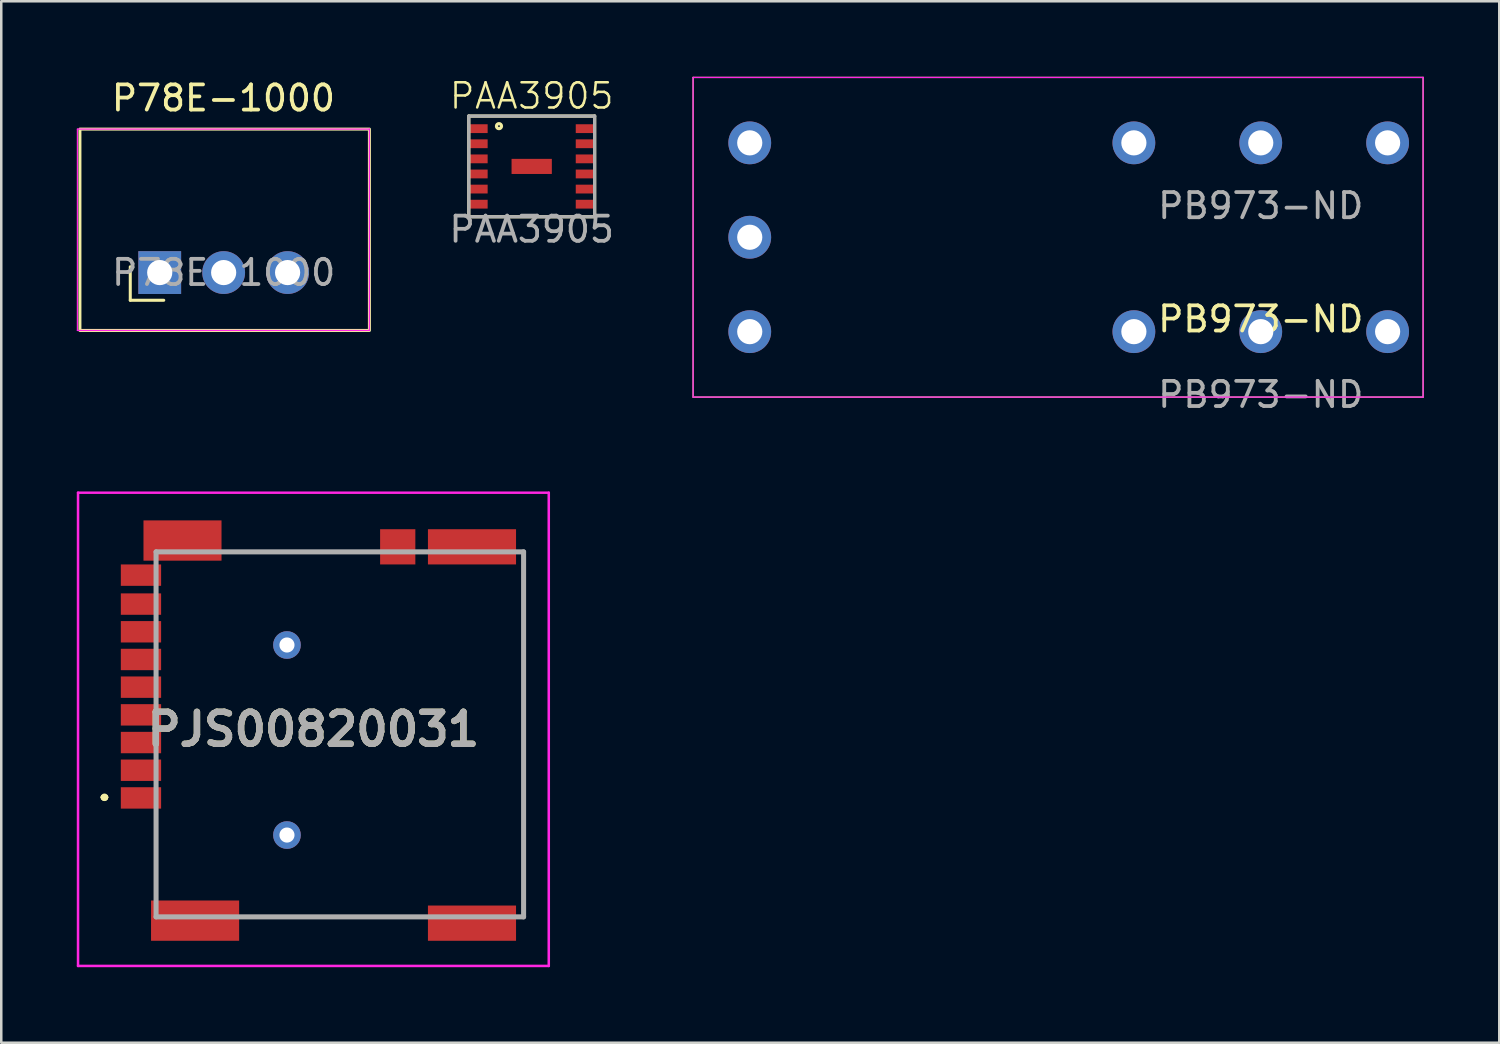
<source format=kicad_pcb>
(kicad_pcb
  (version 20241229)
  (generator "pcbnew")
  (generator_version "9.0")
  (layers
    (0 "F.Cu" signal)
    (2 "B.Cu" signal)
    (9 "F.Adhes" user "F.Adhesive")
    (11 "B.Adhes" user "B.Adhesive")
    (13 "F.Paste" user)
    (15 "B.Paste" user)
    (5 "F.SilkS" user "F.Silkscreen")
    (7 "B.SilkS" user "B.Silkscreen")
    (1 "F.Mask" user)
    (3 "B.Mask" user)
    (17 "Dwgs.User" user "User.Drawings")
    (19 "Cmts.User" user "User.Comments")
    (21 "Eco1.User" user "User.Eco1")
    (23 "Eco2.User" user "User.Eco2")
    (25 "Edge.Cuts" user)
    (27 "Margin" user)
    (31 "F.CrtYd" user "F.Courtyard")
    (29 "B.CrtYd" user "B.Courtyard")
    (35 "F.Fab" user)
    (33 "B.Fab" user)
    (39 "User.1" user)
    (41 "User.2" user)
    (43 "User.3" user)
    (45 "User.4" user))
  (footprint "PAA3905"
    (layer "F.Cu")
    (at 18.072 3.561)
    (property "Reference" "PAA3905" (at 0 -2.8 0) (unlocked yes) (layer "F.SilkS") (effects (font (size 1 1) (thickness 0.1))))
    (attr smd)
    (fp_line (start -2.5 -2) (end 2.5 -2) (stroke (width 0.127) (type solid)) (layer "F.SilkS"))
    (fp_line (start -2.5 2) (end -2.5 -2) (stroke (width 0.127) (type solid)) (layer "F.SilkS"))
    (fp_line (start 2.5 -2) (end 2.5 2) (stroke (width 0.127) (type solid)) (layer "F.SilkS"))
    (fp_line (start 2.5 2) (end -2.5 2) (stroke (width 0.127) (type solid)) (layer "F.SilkS"))
    (fp_circle (center -1.3 -1.6) (end -1.2 -1.6) (stroke (width 0.127) (type solid)) (fill no) (layer "F.SilkS"))
    (fp_line (start -2.5 -2) (end 2.5 -2) (stroke (width 0.127) (type solid)) (layer "F.Fab"))
    (fp_line (start -2.5 2) (end -2.5 -2) (stroke (width 0.127) (type solid)) (layer "F.Fab"))
    (fp_line (start 2.5 -2) (end 2.5 2) (stroke (width 0.127) (type solid)) (layer "F.Fab"))
    (fp_line (start 2.5 2) (end -2.5 2) (stroke (width 0.127) (type solid)) (layer "F.Fab"))
    (fp_text user "${REFERENCE}" (at 0 2.5 0) (unlocked yes) (layer "F.Fab") (effects (font (size 1 1) (thickness 0.15))))
    (pad "1" smd rect (at -2.125 -1.5) (size 0.75 0.35) (layers "F.Cu" "F.Mask" "F.Paste"))
    (pad "2" smd rect (at -2.125 -0.9) (size 0.75 0.35) (layers "F.Cu" "F.Mask" "F.Paste"))
    (pad "3" smd rect (at -2.125 -0.3) (size 0.75 0.35) (layers "F.Cu" "F.Mask" "F.Paste"))
    (pad "4" smd rect (at -2.125 0.3) (size 0.75 0.35) (layers "F.Cu" "F.Mask" "F.Paste"))
    (pad "5" smd rect (at -2.125 0.9) (size 0.75 0.35) (layers "F.Cu" "F.Mask" "F.Paste"))
    (pad "6" smd rect (at -2.125 1.5) (size 0.75 0.35) (layers "F.Cu" "F.Mask" "F.Paste"))
    (pad "7" smd rect (at 2.125 1.5) (size 0.75 0.35) (layers "F.Cu" "F.Mask" "F.Paste"))
    (pad "8" smd rect (at 2.125 0.9) (size 0.75 0.35) (layers "F.Cu" "F.Mask" "F.Paste"))
    (pad "9" smd rect (at 2.125 0.3) (size 0.75 0.35) (layers "F.Cu" "F.Mask" "F.Paste"))
    (pad "10" smd rect (at 2.125 -0.3) (size 0.75 0.35) (layers "F.Cu" "F.Mask" "F.Paste"))
    (pad "11" smd rect (at 2.125 -0.9) (size 0.75 0.35) (layers "F.Cu" "F.Mask" "F.Paste"))
    (pad "12" smd rect (at 2.125 -1.5) (size 0.75 0.35) (layers "F.Cu" "F.Mask" "F.Paste"))
    (pad "13" smd rect (at 0 0) (size 1.6 0.6) (layers "F.Cu" "F.Mask" "F.Paste")))
  (footprint "PJS00820031"
    (layer "F.Cu")
    (at 8.35 30.123)
    (property "Reference" "PJS00820031" (at 1.05 -4.2 0) (layer "F.SilkS") (effects (font (size 1.27 1.27) (thickness 0.254))))
    (attr through_hole)
    (fp_line (start -7.3 -1.5) (end -7.3 -1.5) (stroke (width 0.2) (type solid)) (layer "F.SilkS"))
    (fp_line (start -7.3 -1.5) (end -7.3 -1.5) (stroke (width 0.2) (type solid)) (layer "F.SilkS"))
    (fp_line (start -7.2 -1.5) (end -7.2 -1.5) (stroke (width 0.2) (type solid)) (layer "F.SilkS"))
    (fp_line (start -5.2 -0.5) (end -5.2 2) (stroke (width 0.1) (type solid)) (layer "F.SilkS"))
    (fp_line (start -1.25 3.25) (end 5 3.25) (stroke (width 0.1) (type solid)) (layer "F.SilkS"))
    (fp_line (start 3 -11.25) (end -2 -11.25) (stroke (width 0.1) (type solid)) (layer "F.SilkS"))
    (fp_line (start 9.4 3.25) (end 9.4 -11.25) (stroke (width 0.1) (type solid)) (layer "F.SilkS"))
    (fp_arc (start -7.3 -1.5) (mid -7.25 -1.55) (end -7.2 -1.5) (stroke (width 0.2) (type solid)) (layer "F.SilkS"))
    (fp_arc (start -7.2 -1.5) (mid -7.25 -1.45) (end -7.3 -1.5) (stroke (width 0.2) (type solid)) (layer "F.SilkS"))
    (fp_arc (start -7.2 -1.5) (mid -7.25 -1.45) (end -7.3 -1.5) (stroke (width 0.2) (type solid)) (layer "F.SilkS"))
    (fp_line (start -8.3 -13.6) (end 10.4 -13.6) (stroke (width 0.1) (type solid)) (layer "F.CrtYd"))
    (fp_line (start -8.3 5.2) (end -8.3 -13.6) (stroke (width 0.1) (type solid)) (layer "F.CrtYd"))
    (fp_line (start 10.4 -13.6) (end 10.4 5.2) (stroke (width 0.1) (type solid)) (layer "F.CrtYd"))
    (fp_line (start 10.4 5.2) (end -8.3 5.2) (stroke (width 0.1) (type solid)) (layer "F.CrtYd"))
    (fp_line (start -5.2 -11.25) (end -5.2 3.25) (stroke (width 0.2) (type solid)) (layer "F.Fab"))
    (fp_line (start -5.2 3.25) (end 9.4 3.25) (stroke (width 0.2) (type solid)) (layer "F.Fab"))
    (fp_line (start 9.4 -11.25) (end -5.2 -11.25) (stroke (width 0.2) (type solid)) (layer "F.Fab"))
    (fp_line (start 9.4 3.25) (end 9.4 -11.25) (stroke (width 0.2) (type solid)) (layer "F.Fab"))
    (fp_text user "${REFERENCE}" (at 1.05 -4.2 0) (layer "F.Fab") (effects (font (size 1.27 1.27) (thickness 0.254))))
    (pad "1" smd rect (at -5.8 -1.475 90) (size 0.85 1.6) (layers "F.Cu" "F.Mask" "F.Paste"))
    (pad "2" smd rect (at -5.8 -2.575 90) (size 0.85 1.6) (layers "F.Cu" "F.Mask" "F.Paste"))
    (pad "3" smd rect (at -5.8 -3.675 90) (size 0.85 1.6) (layers "F.Cu" "F.Mask" "F.Paste"))
    (pad "4" smd rect (at -5.8 -4.775 90) (size 0.85 1.6) (layers "F.Cu" "F.Mask" "F.Paste"))
    (pad "5" smd rect (at -5.8 -5.875 90) (size 0.85 1.6) (layers "F.Cu" "F.Mask" "F.Paste"))
    (pad "6" smd rect (at -5.8 -6.975 90) (size 0.85 1.6) (layers "F.Cu" "F.Mask" "F.Paste"))
    (pad "7" smd rect (at -5.8 -8.075 90) (size 0.85 1.6) (layers "F.Cu" "F.Mask" "F.Paste"))
    (pad "8" smd rect (at -5.8 -9.175 90) (size 0.85 1.6) (layers "F.Cu" "F.Mask" "F.Paste"))
    (pad "9" smd rect (at 4.4 -11.45 90) (size 1.4 1.4) (layers "F.Cu" "F.Mask" "F.Paste"))
    (pad "10" smd rect (at -5.8 -10.325 90) (size 0.85 1.6) (layers "F.Cu" "F.Mask" "F.Paste"))
    (pad "11" smd rect (at -4.15 -11.7 90) (size 1.6 3.1) (layers "F.Cu" "F.Mask" "F.Paste"))
    (pad "11" smd rect (at -3.65 3.4 90) (size 1.6 3.5) (layers "F.Cu" "F.Mask" "F.Paste"))
    (pad "11" smd rect (at 7.35 -11.45 90) (size 1.4 3.5) (layers "F.Cu" "F.Mask" "F.Paste"))
    (pad "11" smd rect (at 7.35 3.5 90) (size 1.4 3.5) (layers "F.Cu" "F.Mask" "F.Paste"))
    (pad "MH1" thru_hole circle (at 0 0) (size 1.1 1.1) (drill 0.6) (layers "*.Cu" "*.Mask"))
    (pad "MH2" thru_hole circle (at 0 -7.55) (size 1.1 1.1) (drill 0.6) (layers "*.Cu" "*.Mask")))
  (footprint "PB973-ND"
    (layer "F.Cu")
    (at 47.034 10.125)
    (property "Reference" "PB973-ND" (at 0 -0.5 0) (unlocked yes) (layer "F.SilkS") (effects (font (size 1 1) (thickness 0.15))))
    (attr smd)
    (fp_line (start -22.55 -10.1) (end -22.55 2.6) (stroke (width 0.05) (type solid)) (layer "F.SilkS"))
    (fp_line (start -22.55 2.6) (end 6.45 2.6) (stroke (width 0.05) (type solid)) (layer "F.SilkS"))
    (fp_line (start 6.45 -10.1) (end -22.55 -10.1) (stroke (width 0.05) (type solid)) (layer "F.SilkS"))
    (fp_line (start 6.45 2.6) (end 6.45 -10.1) (stroke (width 0.05) (type solid)) (layer "F.SilkS"))
    (fp_line (start -22.55 -10.1) (end -22.55 2.6) (stroke (width 0.05) (type solid)) (layer "F.CrtYd"))
    (fp_line (start -22.55 2.6) (end 6.45 2.6) (stroke (width 0.05) (type solid)) (layer "F.CrtYd"))
    (fp_line (start 6.45 -10.1) (end -22.55 -10.1) (stroke (width 0.05) (type solid)) (layer "F.CrtYd"))
    (fp_line (start 6.45 2.6) (end 6.45 -10.1) (stroke (width 0.05) (type solid)) (layer "F.CrtYd"))
    (fp_text user "${REFERENCE}" (at 0 2.5 0) (unlocked yes) (layer "F.Fab") (effects (font (size 1 1) (thickness 0.15))))
    (fp_text user "${REFERENCE}" (at 0 -5 0) (unlocked yes) (layer "F.Fab") (effects (font (size 1 1) (thickness 0.15))))
    (pad "11" thru_hole circle (at 0 0) (size 1.7 1.7) (drill 1) (layers "*.Cu" "*.Mask"))
    (pad "12" thru_hole circle (at -5.04 0) (size 1.7 1.7) (drill 1) (layers "*.Cu" "*.Mask"))
    (pad "14" thru_hole circle (at 5.04 0) (size 1.7 1.7) (drill 1) (layers "*.Cu" "*.Mask"))
    (pad "21" thru_hole circle (at 0 -7.5) (size 1.7 1.7) (drill 1) (layers "*.Cu" "*.Mask"))
    (pad "22" thru_hole circle (at -5.04 -7.5) (size 1.7 1.7) (drill 1) (layers "*.Cu" "*.Mask"))
    (pad "24" thru_hole circle (at 5.04 -7.5) (size 1.7 1.7) (drill 1) (layers "*.Cu" "*.Mask"))
    (pad "A1" thru_hole circle (at -20.3 0) (size 1.7 1.7) (drill 1) (layers "*.Cu" "*.Mask"))
    (pad "A2" thru_hole circle (at -20.3 -7.5) (size 1.7 1.7) (drill 1) (layers "*.Cu" "*.Mask"))
    (pad "A3" thru_hole circle (at -20.3 -3.75) (size 1.7 1.7) (drill 1) (layers "*.Cu" "*.Mask")))
  (footprint "P78E-1000"
    (layer "F.Cu")
    (at 5.825 7.778)
    (property "Reference" "P78E-1000" (at 0 -6.93 0) (layer "F.SilkS") (effects (font (size 1 1) (thickness 0.15))))
    (attr through_hole)
    (fp_line (start -3.7 1.1) (end -3.7 -0.23) (stroke (width 0.12) (type solid)) (layer "F.SilkS"))
    (fp_line (start -2.37 1.1) (end -3.7 1.1) (stroke (width 0.12) (type solid)) (layer "F.SilkS"))
    (fp_rect (start -5.7 -5.7) (end 5.8 2.3) (stroke (width 0.12) (type solid)) (fill no) (layer "F.SilkS"))
    (fp_line (start -5.8 -5.7) (end -5.8 2.3) (stroke (width 0.05) (type solid)) (layer "F.CrtYd"))
    (fp_line (start -5.8 2.3) (end 5.8 2.3) (stroke (width 0.05) (type solid)) (layer "F.CrtYd"))
    (fp_line (start 5.8 -5.7) (end -5.8 -5.7) (stroke (width 0.05) (type solid)) (layer "F.CrtYd"))
    (fp_line (start 5.8 2.3) (end 5.8 -5.7) (stroke (width 0.05) (type solid)) (layer "F.CrtYd"))
    (fp_text user "${REFERENCE}" (at 0.01 0 180) (layer "F.Fab") (effects (font (size 1 1) (thickness 0.15))))
    (pad "1" thru_hole rect (at -2.53 0 90) (size 1.7 1.7) (drill 1) (layers "*.Cu" "*.Mask"))
    (pad "2" thru_hole oval (at 0.01 0 90) (size 1.7 1.7) (drill 1) (layers "*.Cu" "*.Mask"))
    (pad "3" thru_hole oval (at 2.55 0 90) (size 1.7 1.7) (drill 1) (layers "*.Cu" "*.Mask")))
  (gr_rect
    (start -3 -3)
    (end 56.509 38.373)
    (stroke (width 0.1) (type default))
    (fill no)
    (layer "Edge.Cuts")))
</source>
